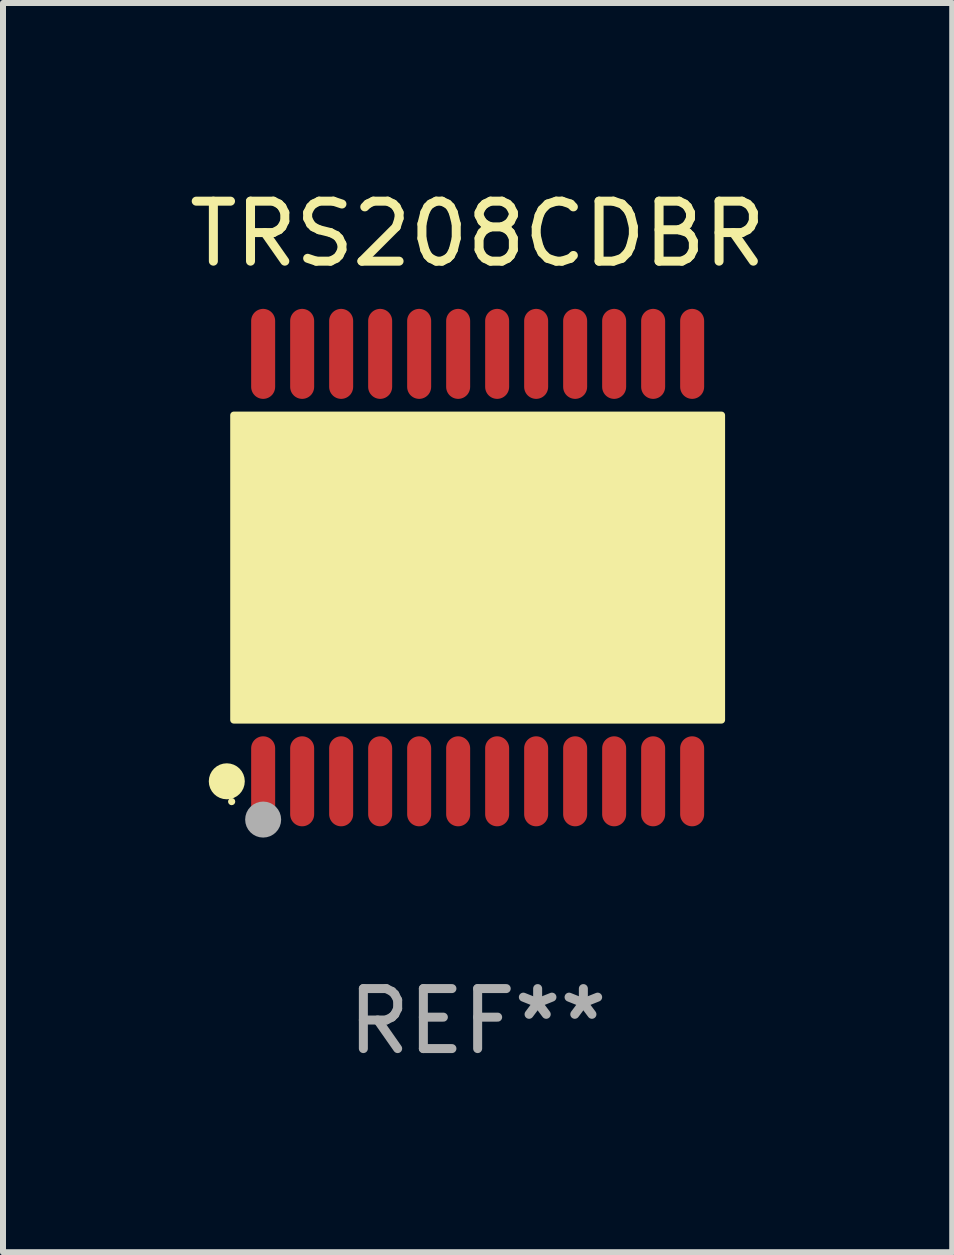
<source format=kicad_pcb>
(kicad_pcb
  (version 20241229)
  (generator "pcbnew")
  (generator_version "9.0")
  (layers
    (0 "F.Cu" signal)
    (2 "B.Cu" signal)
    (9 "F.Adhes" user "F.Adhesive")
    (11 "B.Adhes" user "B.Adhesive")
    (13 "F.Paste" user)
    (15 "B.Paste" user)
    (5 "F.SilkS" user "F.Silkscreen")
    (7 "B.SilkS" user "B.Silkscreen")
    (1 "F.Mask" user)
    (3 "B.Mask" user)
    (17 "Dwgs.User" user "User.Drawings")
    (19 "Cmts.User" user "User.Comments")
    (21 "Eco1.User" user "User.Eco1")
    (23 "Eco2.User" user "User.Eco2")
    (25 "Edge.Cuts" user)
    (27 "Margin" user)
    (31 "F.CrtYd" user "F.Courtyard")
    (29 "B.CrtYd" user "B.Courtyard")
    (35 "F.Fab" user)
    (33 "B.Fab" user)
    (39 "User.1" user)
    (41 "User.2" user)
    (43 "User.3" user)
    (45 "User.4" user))
  (footprint "TRS208CDBR"
    (layer "F.Cu")
    (at 4.911 6.41)
    (property "Reference" "TRS208CDBR" (at 0 -5.562 0) (layer "F.SilkS") (effects (font (size 1 1) (thickness 0.15))))
    (attr through_hole)
    (fp_circle (center -4.181 3.562) (end -4.031 3.562) (stroke (width 0.3) (type solid)) (fill no) (layer "F.SilkS"))
    (fp_circle (center -4.1 3.9) (end -4.07 3.9) (stroke (width 0.06) (type solid)) (fill no) (layer "F.SilkS"))
    (fp_circle (center -3.575 1.819) (end -3.425 1.819) (stroke (width 0.3) (type solid)) (fill no) (layer "F.SilkS"))
    (fp_poly (pts (xy -4.064 -2.54) (xy 4.064 -2.54) (xy 4.064 2.54) (xy -4.064 2.54)) (stroke (width 0.12) (type solid)) (fill yes) (layer "F.SilkS"))
    (fp_circle (center -3.575 4.2) (end -3.425 4.2) (stroke (width 0.3) (type solid)) (fill no) (layer "F.Fab"))
    (fp_text user "REF**" (at 0 7.562 0) (layer "F.Fab") (effects (font (size 1 1) (thickness 0.15))))
    (pad "1" smd oval (at -3.575 3.562) (size 0.4 1.5) (layers "F.Cu" "F.Mask" "F.Paste"))
    (pad "2" smd oval (at -2.925 3.562) (size 0.4 1.5) (layers "F.Cu" "F.Mask" "F.Paste"))
    (pad "3" smd oval (at -2.275 3.562) (size 0.4 1.5) (layers "F.Cu" "F.Mask" "F.Paste"))
    (pad "4" smd oval (at -1.625 3.562) (size 0.4 1.5) (layers "F.Cu" "F.Mask" "F.Paste"))
    (pad "5" smd oval (at -0.975 3.562) (size 0.4 1.5) (layers "F.Cu" "F.Mask" "F.Paste"))
    (pad "6" smd oval (at -0.325 3.562) (size 0.4 1.5) (layers "F.Cu" "F.Mask" "F.Paste"))
    (pad "7" smd oval (at 0.325 3.562) (size 0.4 1.5) (layers "F.Cu" "F.Mask" "F.Paste"))
    (pad "8" smd oval (at 0.975 3.562) (size 0.4 1.5) (layers "F.Cu" "F.Mask" "F.Paste"))
    (pad "9" smd oval (at 1.625 3.562) (size 0.4 1.5) (layers "F.Cu" "F.Mask" "F.Paste"))
    (pad "10" smd oval (at 2.275 3.562) (size 0.4 1.5) (layers "F.Cu" "F.Mask" "F.Paste"))
    (pad "11" smd oval (at 2.925 3.562) (size 0.4 1.5) (layers "F.Cu" "F.Mask" "F.Paste"))
    (pad "12" smd oval (at 3.575 3.562) (size 0.4 1.5) (layers "F.Cu" "F.Mask" "F.Paste"))
    (pad "13" smd oval (at 3.575 -3.562) (size 0.4 1.5) (layers "F.Cu" "F.Mask" "F.Paste"))
    (pad "14" smd oval (at 2.925 -3.562) (size 0.4 1.5) (layers "F.Cu" "F.Mask" "F.Paste"))
    (pad "15" smd oval (at 2.275 -3.562) (size 0.4 1.5) (layers "F.Cu" "F.Mask" "F.Paste"))
    (pad "16" smd oval (at 1.625 -3.562) (size 0.4 1.5) (layers "F.Cu" "F.Mask" "F.Paste"))
    (pad "17" smd oval (at 0.975 -3.562) (size 0.4 1.5) (layers "F.Cu" "F.Mask" "F.Paste"))
    (pad "18" smd oval (at 0.325 -3.562) (size 0.4 1.5) (layers "F.Cu" "F.Mask" "F.Paste"))
    (pad "19" smd oval (at -0.325 -3.562) (size 0.4 1.5) (layers "F.Cu" "F.Mask" "F.Paste"))
    (pad "20" smd oval (at -0.975 -3.562) (size 0.4 1.5) (layers "F.Cu" "F.Mask" "F.Paste"))
    (pad "21" smd oval (at -1.625 -3.562) (size 0.4 1.5) (layers "F.Cu" "F.Mask" "F.Paste"))
    (pad "22" smd oval (at -2.275 -3.562) (size 0.4 1.5) (layers "F.Cu" "F.Mask" "F.Paste"))
    (pad "23" smd oval (at -2.925 -3.562) (size 0.4 1.5) (layers "F.Cu" "F.Mask" "F.Paste"))
    (pad "24" smd oval (at -3.575 -3.562) (size 0.4 1.5) (layers "F.Cu" "F.Mask" "F.Paste")))
  (gr_rect
    (start -3 -3)
    (end 12.821 17.821)
    (stroke (width 0.1) (type default))
    (fill no)
    (layer "Edge.Cuts")))
</source>
